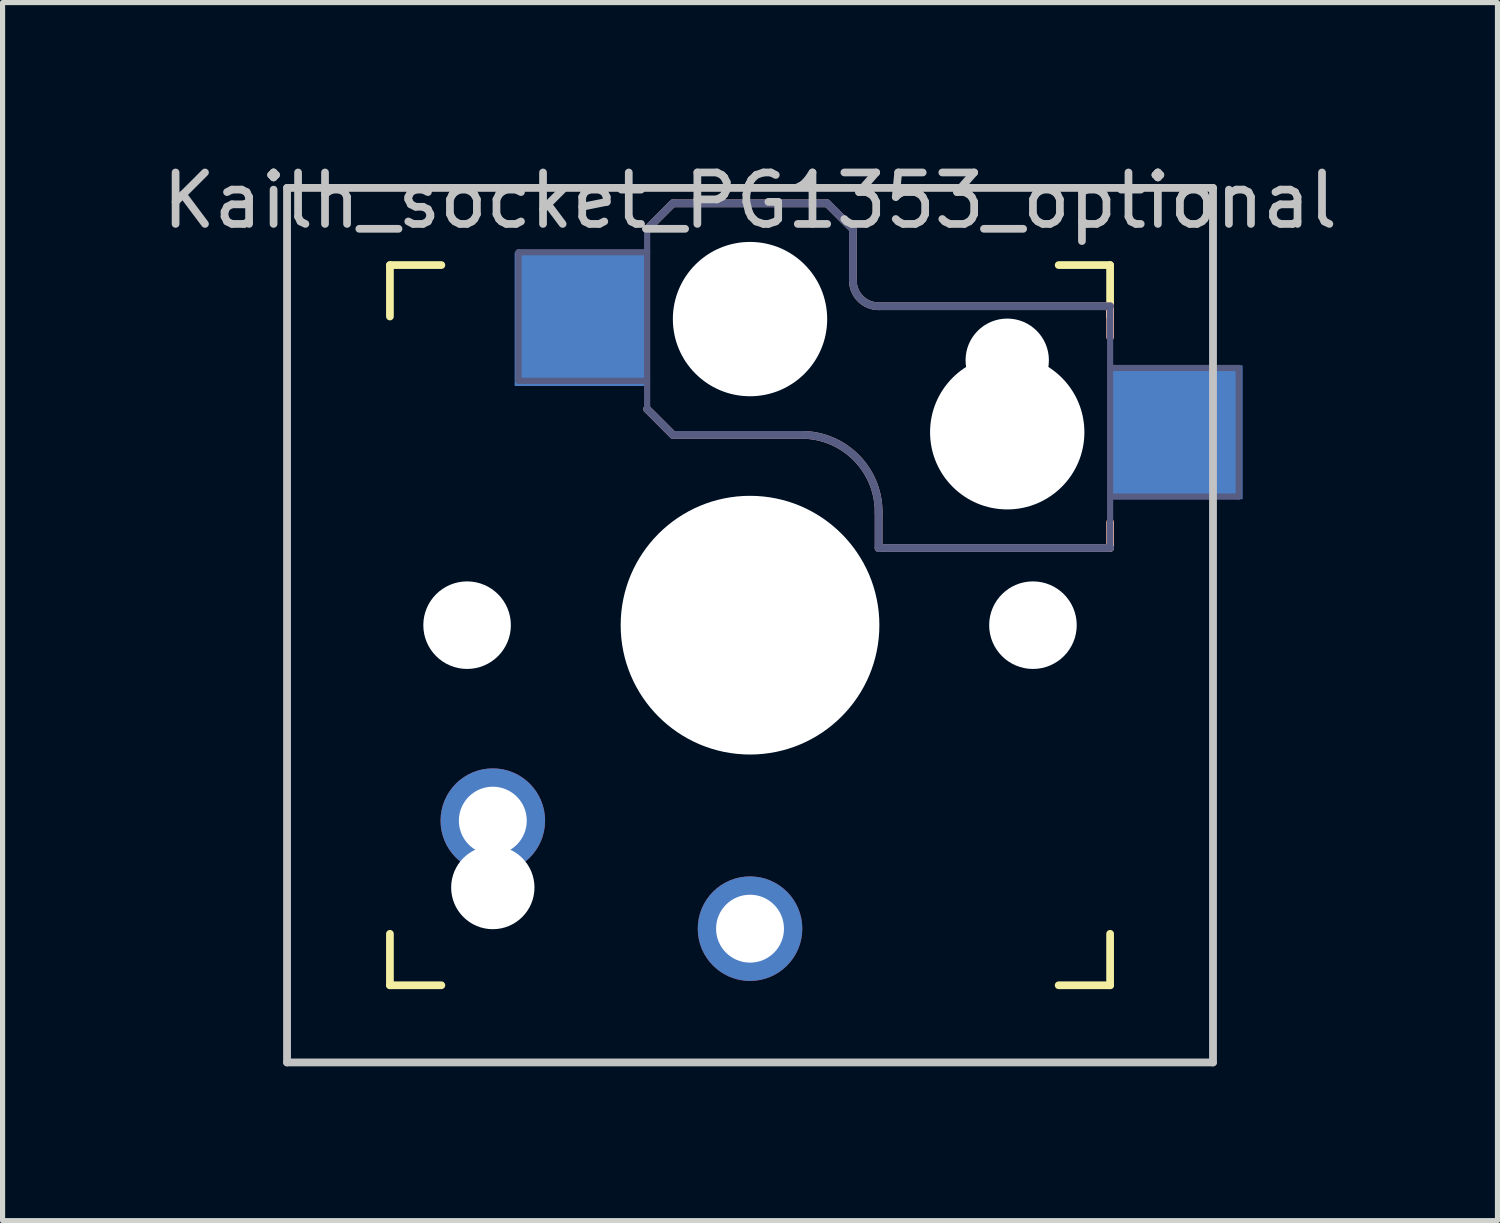
<source format=kicad_pcb>
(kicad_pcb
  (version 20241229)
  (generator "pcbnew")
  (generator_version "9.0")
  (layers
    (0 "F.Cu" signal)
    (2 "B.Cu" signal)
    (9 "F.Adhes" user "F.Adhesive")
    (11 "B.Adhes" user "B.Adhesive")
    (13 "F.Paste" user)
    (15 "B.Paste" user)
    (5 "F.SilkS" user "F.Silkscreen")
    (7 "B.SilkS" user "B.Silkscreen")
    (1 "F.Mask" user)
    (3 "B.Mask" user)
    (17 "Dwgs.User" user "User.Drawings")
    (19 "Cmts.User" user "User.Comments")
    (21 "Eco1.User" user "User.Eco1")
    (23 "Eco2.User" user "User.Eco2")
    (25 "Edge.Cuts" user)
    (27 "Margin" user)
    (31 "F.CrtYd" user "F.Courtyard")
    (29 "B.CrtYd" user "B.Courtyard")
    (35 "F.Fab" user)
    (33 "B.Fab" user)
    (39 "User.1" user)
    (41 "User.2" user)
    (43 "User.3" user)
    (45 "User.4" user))
  (footprint "Kailh_socket_PG1353_optional"
    (layer "F.Cu")
    (at 11.53 9.103)
    (property "Reference" "Kailh_socket_PG1353_optional" (at 0 -8.255 0) (layer "Dwgs.User") (effects (font (size 1 1) (thickness 0.15))))
    (attr through_hole)
    (fp_line (start -7 -6) (end -7 -7) (stroke (width 0.15) (type solid)) (layer "F.SilkS"))
    (fp_line (start -7 7) (end -7 6) (stroke (width 0.15) (type solid)) (layer "F.SilkS"))
    (fp_line (start -7 7) (end -6 7) (stroke (width 0.15) (type solid)) (layer "F.SilkS"))
    (fp_line (start -6 -7) (end -7 -7) (stroke (width 0.15) (type solid)) (layer "F.SilkS"))
    (fp_line (start 6 7) (end 7 7) (stroke (width 0.15) (type solid)) (layer "F.SilkS"))
    (fp_line (start 7 -7) (end 6 -7) (stroke (width 0.15) (type solid)) (layer "F.SilkS"))
    (fp_line (start 7 -7) (end 7 -6) (stroke (width 0.15) (type solid)) (layer "F.SilkS"))
    (fp_line (start 7 6) (end 7 7) (stroke (width 0.15) (type solid)) (layer "F.SilkS"))
    (fp_line (start -2 -7.7) (end -1.5 -8.2) (stroke (width 0.15) (type solid)) (layer "B.SilkS"))
    (fp_line (start -2 -4.2) (end -1.5 -3.7) (stroke (width 0.15) (type solid)) (layer "B.SilkS"))
    (fp_line (start -1.5 -8.2) (end 1.5 -8.2) (stroke (width 0.15) (type solid)) (layer "B.SilkS"))
    (fp_line (start -1.5 -3.7) (end 1 -3.7) (stroke (width 0.15) (type solid)) (layer "B.SilkS"))
    (fp_line (start 1.5 -8.2) (end 2 -7.7) (stroke (width 0.15) (type solid)) (layer "B.SilkS"))
    (fp_line (start 2 -6.7) (end 2 -7.7) (stroke (width 0.15) (type solid)) (layer "B.SilkS"))
    (fp_line (start 2.5 -2.2) (end 2.5 -1.5) (stroke (width 0.15) (type solid)) (layer "B.SilkS"))
    (fp_line (start 2.5 -1.5) (end 7 -1.5) (stroke (width 0.15) (type solid)) (layer "B.SilkS"))
    (fp_line (start 7 -6.2) (end 2.5 -6.2) (stroke (width 0.15) (type solid)) (layer "B.SilkS"))
    (fp_line (start 7 -5.6) (end 7 -6.2) (stroke (width 0.15) (type solid)) (layer "B.SilkS"))
    (fp_line (start 7 -1.5) (end 7 -2) (stroke (width 0.15) (type solid)) (layer "B.SilkS"))
    (fp_arc (start 1 -3.7) (mid 2.06066 -3.260661) (end 2.5 -2.200001) (stroke (width 0.15) (type solid)) (layer "B.SilkS"))
    (fp_arc (start 2.5 -6.2) (mid 2.146447 -6.346447) (end 2 -6.7) (stroke (width 0.15) (type solid)) (layer "B.SilkS"))
    (fp_line (start -9 -8.5) (end 9 -8.5) (stroke (width 0.152) (type solid)) (layer "Dwgs.User"))
    (fp_line (start -9 8.5) (end -9 -8.5) (stroke (width 0.152) (type solid)) (layer "Dwgs.User"))
    (fp_line (start 9 -8.5) (end 9 8.5) (stroke (width 0.152) (type solid)) (layer "Dwgs.User"))
    (fp_line (start 9 8.5) (end -9 8.5) (stroke (width 0.152) (type solid)) (layer "Dwgs.User"))
    (fp_line (start -6.9 6.9) (end -6.9 -6.9) (stroke (width 0.15) (type solid)) (layer "Eco2.User"))
    (fp_line (start -6.9 6.9) (end 6.9 6.9) (stroke (width 0.15) (type solid)) (layer "Eco2.User"))
    (fp_line (start -2.6 -3.1) (end -2.6 -6.3) (stroke (width 0.15) (type solid)) (layer "Eco2.User"))
    (fp_line (start -2.6 -3.1) (end 2.6 -3.1) (stroke (width 0.15) (type solid)) (layer "Eco2.User"))
    (fp_line (start 2.6 -6.3) (end -2.6 -6.3) (stroke (width 0.15) (type solid)) (layer "Eco2.User"))
    (fp_line (start 2.6 -3.1) (end 2.6 -6.3) (stroke (width 0.15) (type solid)) (layer "Eco2.User"))
    (fp_line (start 6.9 -6.9) (end -6.9 -6.9) (stroke (width 0.15) (type solid)) (layer "Eco2.User"))
    (fp_line (start 6.9 -6.9) (end 6.9 6.9) (stroke (width 0.15) (type solid)) (layer "Eco2.User"))
    (fp_line (start -4.5 -7.25) (end -2 -7.25) (stroke (width 0.12) (type solid)) (layer "B.Fab"))
    (fp_line (start -4.5 -4.75) (end -4.5 -7.25) (stroke (width 0.12) (type solid)) (layer "B.Fab"))
    (fp_line (start -2 -7.7) (end -1.5 -8.2) (stroke (width 0.15) (type solid)) (layer "B.Fab"))
    (fp_line (start -2 -4.75) (end -4.5 -4.75) (stroke (width 0.12) (type solid)) (layer "B.Fab"))
    (fp_line (start -2 -4.25) (end -2 -7.7) (stroke (width 0.12) (type solid)) (layer "B.Fab"))
    (fp_line (start -2 -4.2) (end -1.5 -3.7) (stroke (width 0.15) (type solid)) (layer "B.Fab"))
    (fp_line (start -1.5 -8.2) (end 1.5 -8.2) (stroke (width 0.15) (type solid)) (layer "B.Fab"))
    (fp_line (start -1.5 -3.7) (end 1 -3.7) (stroke (width 0.15) (type solid)) (layer "B.Fab"))
    (fp_line (start 1.5 -8.2) (end 2 -7.7) (stroke (width 0.15) (type solid)) (layer "B.Fab"))
    (fp_line (start 2 -6.7) (end 2 -7.7) (stroke (width 0.15) (type solid)) (layer "B.Fab"))
    (fp_line (start 2.5 -2.2) (end 2.5 -1.5) (stroke (width 0.15) (type solid)) (layer "B.Fab"))
    (fp_line (start 2.5 -1.5) (end 7 -1.5) (stroke (width 0.15) (type solid)) (layer "B.Fab"))
    (fp_line (start 7 -6.2) (end 2.5 -6.2) (stroke (width 0.15) (type solid)) (layer "B.Fab"))
    (fp_line (start 7 -5) (end 9.5 -5) (stroke (width 0.12) (type solid)) (layer "B.Fab"))
    (fp_line (start 7 -1.5) (end 7 -6.2) (stroke (width 0.12) (type solid)) (layer "B.Fab"))
    (fp_line (start 9.5 -5) (end 9.5 -2.5) (stroke (width 0.12) (type solid)) (layer "B.Fab"))
    (fp_line (start 9.5 -2.5) (end 7 -2.5) (stroke (width 0.12) (type solid)) (layer "B.Fab"))
    (fp_arc (start 1 -3.7) (mid 2.06066 -3.260661) (end 2.5 -2.200001) (stroke (width 0.15) (type solid)) (layer "B.Fab"))
    (fp_arc (start 2.5 -6.2) (mid 2.146447 -6.346447) (end 2 -6.7) (stroke (width 0.15) (type solid)) (layer "B.Fab"))
    (pad "" np_thru_hole circle (at -5.5 0) (size 1.702 1.702) (drill 1.702) (layers "*.Cu" "*.Mask"))
    (pad "" np_thru_hole circle (at -5 5.1) (size 1.62 1.62) (drill 1.62) (layers "*.Cu" "*.Mask"))
    (pad "" np_thru_hole circle (at 0 -5.95) (size 3 3) (drill 3) (layers "*.Cu" "*.Mask"))
    (pad "" np_thru_hole circle (at 0 0) (size 5.029 5.029) (drill 5.029) (layers "*.Cu" "*.Mask"))
    (pad "" np_thru_hole circle (at 5 -5.15) (size 1.62 1.62) (drill 1.62) (layers "*.Cu" "*.Mask"))
    (pad "" np_thru_hole circle (at 5 -3.75) (size 3 3) (drill 3) (layers "*.Cu" "*.Mask"))
    (pad "" np_thru_hole circle (at 5.5 0) (size 1.702 1.702) (drill 1.702) (layers "*.Cu" "*.Mask"))
    (pad "1" smd rect (at -3.275 -5.95) (size 2.6 2.6) (layers "B.Cu" "B.Mask" "B.Paste"))
    (pad "1" thru_hole circle (at 0 5.9) (size 2.032 2.032) (drill 1.32) (layers "*.Cu" "*.Mask"))
    (pad "2" thru_hole circle (at -5 3.8) (size 2.032 2.032) (drill 1.32) (layers "*.Cu" "*.Mask"))
    (pad "2" smd rect (at 8.275 -3.75) (size 2.6 2.6) (layers "B.Cu" "B.Mask" "B.Paste")))
  (gr_rect
    (start -3 -3)
    (end 26.06 20.679)
    (stroke (width 0.1) (type default))
    (fill no)
    (layer "Edge.Cuts")))
</source>
